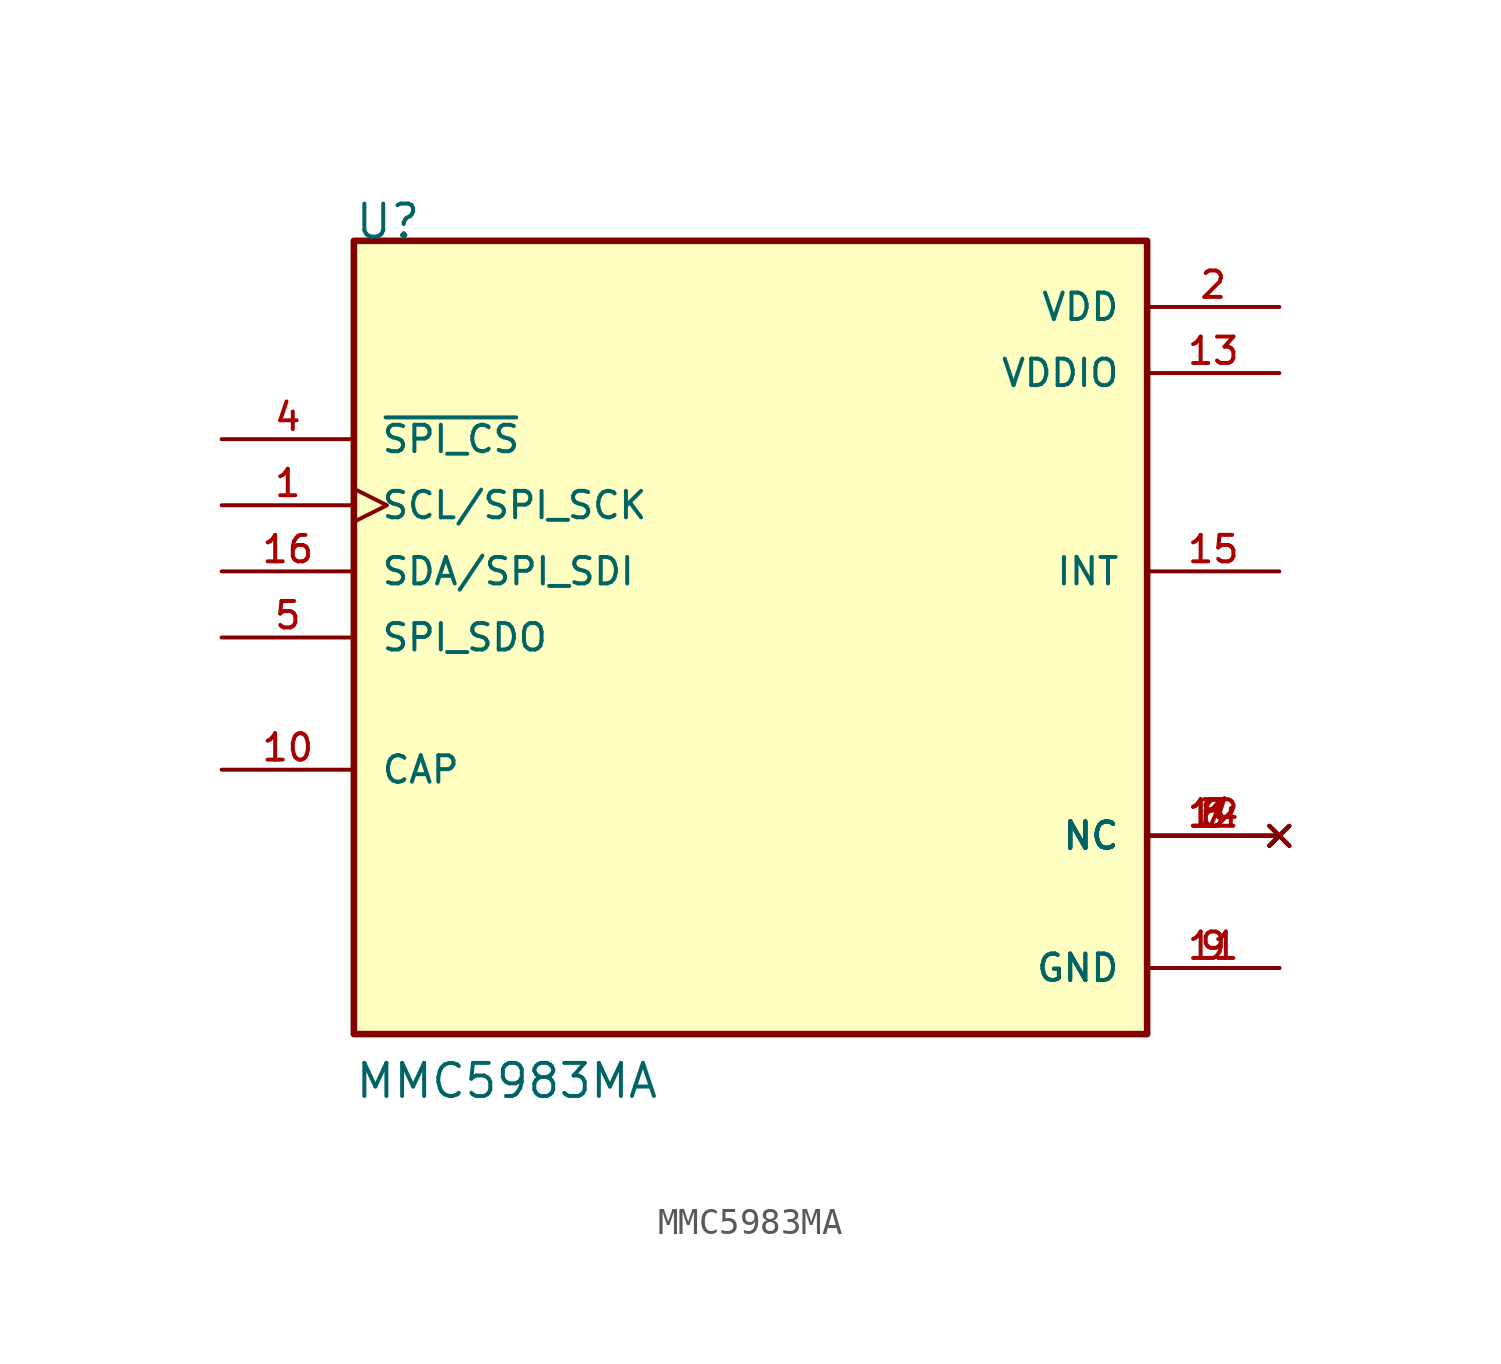
<source format=kicad_sym>
(kicad_symbol_lib
  (version 20211014)
  (generator kicad_symbol_editor)
  (symbol "MMC5983MA"
    (pin_names
      (offset 1.016))
    (property "Reference" "U"
      (at -15.24 15.24 0)
      (effects (font (size 1.27 1.27)) (justify bottom left)))
    (property "Value" "MMC5983MA"
      (at -15.24 -17.78 0)
      (effects (font (size 1.27 1.27)) (justify bottom left)))
    (symbol "MMC5983MA_0_0"
      (rectangle (start -15.24 -15.24) (end 15.24 15.24) (stroke (width 0.254)) (fill (type background)))
      (pin power_in line (at 20.32 12.7 180.0) (length 5.08) (name "VDD" (effects (font (size 1.016 1.016)))) (number "2" (effects (font (size 1.016 1.016)))))
      (pin input clock (at -20.32 5.08 0) (length 5.08) (name "SCL/SPI_SCK" (effects (font (size 1.016 1.016)))) (number "1" (effects (font (size 1.016 1.016)))))
      (pin bidirectional line (at -20.32 2.54 0) (length 5.08) (name "SDA/SPI_SDI" (effects (font (size 1.016 1.016)))) (number "16" (effects (font (size 1.016 1.016)))))
      (pin output line (at 20.32 2.54 180.0) (length 5.08) (name "INT" (effects (font (size 1.016 1.016)))) (number "15" (effects (font (size 1.016 1.016)))))
      (pin power_in line (at 20.32 10.16 180.0) (length 5.08) (name "VDDIO" (effects (font (size 1.016 1.016)))) (number "13" (effects (font (size 1.016 1.016)))))
      (pin passive line (at -20.32 -5.08 0) (length 5.08) (name "CAP" (effects (font (size 1.016 1.016)))) (number "10" (effects (font (size 1.016 1.016)))))
      (pin power_in line (at 20.32 -12.7 180.0) (length 5.08) (name "GND" (effects (font (size 1.016 1.016)))) (number "9" (effects (font (size 1.016 1.016)))))
      (pin power_in line (at 20.32 -12.7 180.0) (length 5.08) (name "GND" (effects (font (size 1.016 1.016)))) (number "11" (effects (font (size 1.016 1.016)))))
      (pin no_connect line (at 20.32 -7.62 180.0) (length 5.08) (name "NC" (effects (font (size 1.016 1.016)))) (number "3" (effects (font (size 1.016 1.016)))))
      (pin no_connect line (at 20.32 -7.62 180.0) (length 5.08) (name "NC" (effects (font (size 1.016 1.016)))) (number "6" (effects (font (size 1.016 1.016)))))
      (pin no_connect line (at 20.32 -7.62 180.0) (length 5.08) (name "NC" (effects (font (size 1.016 1.016)))) (number "7" (effects (font (size 1.016 1.016)))))
      (pin no_connect line (at 20.32 -7.62 180.0) (length 5.08) (name "NC" (effects (font (size 1.016 1.016)))) (number "8" (effects (font (size 1.016 1.016)))))
      (pin no_connect line (at 20.32 -7.62 180.0) (length 5.08) (name "NC" (effects (font (size 1.016 1.016)))) (number "12" (effects (font (size 1.016 1.016)))))
      (pin no_connect line (at 20.32 -7.62 180.0) (length 5.08) (name "NC" (effects (font (size 1.016 1.016)))) (number "14" (effects (font (size 1.016 1.016)))))
      (pin input line (at -20.32 7.62 0) (length 5.08) (name "~{SPI_CS}" (effects (font (size 1.016 1.016)))) (number "4" (effects (font (size 1.016 1.016)))))
      (pin output line (at -20.32 0.0 0) (length 5.08) (name "SPI_SDO" (effects (font (size 1.016 1.016)))) (number "5" (effects (font (size 1.016 1.016))))))))
</source>
